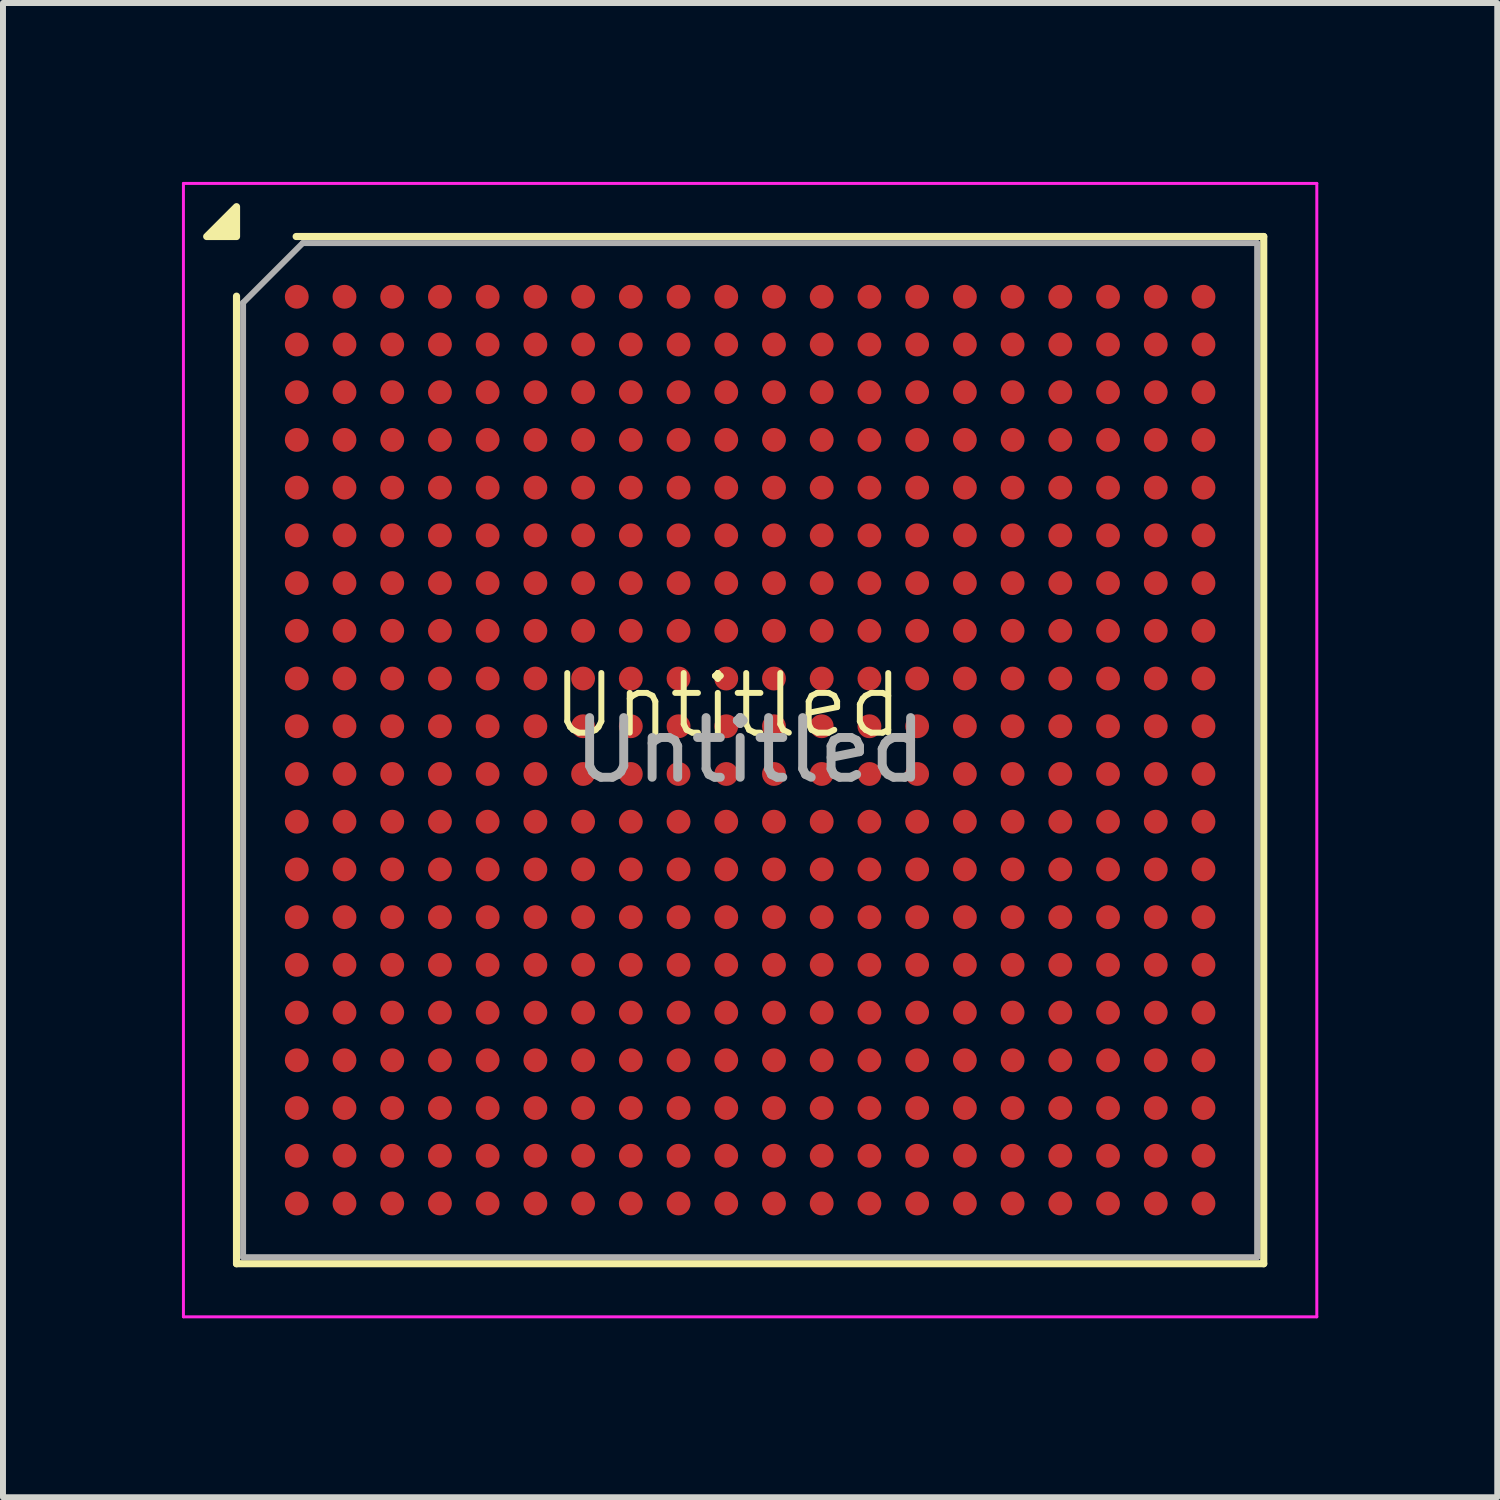
<source format=kicad_pcb>
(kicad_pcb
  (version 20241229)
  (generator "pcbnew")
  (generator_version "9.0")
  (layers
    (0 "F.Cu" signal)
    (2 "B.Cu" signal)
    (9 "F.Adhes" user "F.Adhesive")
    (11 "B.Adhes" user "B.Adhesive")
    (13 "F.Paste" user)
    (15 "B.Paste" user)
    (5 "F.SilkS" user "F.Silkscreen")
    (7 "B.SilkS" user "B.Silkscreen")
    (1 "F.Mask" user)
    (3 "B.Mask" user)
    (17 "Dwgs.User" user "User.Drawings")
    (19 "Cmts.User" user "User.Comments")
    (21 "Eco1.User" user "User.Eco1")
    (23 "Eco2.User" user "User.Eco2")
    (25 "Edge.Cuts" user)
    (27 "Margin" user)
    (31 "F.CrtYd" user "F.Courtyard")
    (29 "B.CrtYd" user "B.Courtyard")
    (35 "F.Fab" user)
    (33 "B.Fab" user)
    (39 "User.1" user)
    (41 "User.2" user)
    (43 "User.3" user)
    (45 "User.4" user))
  (footprint "Untitled"
    (layer "F.Cu")
    (at 9.15 9.275)
    (property "Reference" "Untitled" (at 0 -0.5 0) (unlocked yes) (layer "F.SilkS") (effects (font (size 1 1) (thickness 0.1))))
    (attr smd)
    (fp_line (start -8.235 8.86) (end -8.235 -7.36) (stroke (width 0.12) (type solid)) (layer "F.SilkS"))
    (fp_line (start -7.235 -8.36) (end 8.985 -8.36) (stroke (width 0.12) (type solid)) (layer "F.SilkS"))
    (fp_line (start 8.985 -8.36) (end 8.985 8.86) (stroke (width 0.12) (type solid)) (layer "F.SilkS"))
    (fp_line (start 8.985 8.86) (end -8.235 8.86) (stroke (width 0.12) (type solid)) (layer "F.SilkS"))
    (fp_poly (pts (xy -8.235 -8.36) (xy -8.735 -8.36) (xy -8.235 -8.86)) (stroke (width 0.12) (type solid)) (fill yes) (layer "F.SilkS"))
    (fp_line (start -9.125 -9.25) (end -9.125 9.75) (stroke (width 0.05) (type solid)) (layer "F.CrtYd"))
    (fp_line (start -9.125 9.75) (end 9.875 9.75) (stroke (width 0.05) (type solid)) (layer "F.CrtYd"))
    (fp_line (start 9.875 -9.25) (end -9.125 -9.25) (stroke (width 0.05) (type solid)) (layer "F.CrtYd"))
    (fp_line (start 9.875 9.75) (end 9.875 -9.25) (stroke (width 0.05) (type solid)) (layer "F.CrtYd"))
    (fp_line (start -8.125 -7.25) (end -7.125 -8.25) (stroke (width 0.1) (type solid)) (layer "F.Fab"))
    (fp_line (start -8.125 8.75) (end -8.125 -7.25) (stroke (width 0.1) (type solid)) (layer "F.Fab"))
    (fp_line (start -7.125 -8.25) (end 8.875 -8.25) (stroke (width 0.1) (type solid)) (layer "F.Fab"))
    (fp_line (start 8.875 -8.25) (end 8.875 8.75) (stroke (width 0.1) (type solid)) (layer "F.Fab"))
    (fp_line (start 8.875 8.75) (end -8.125 8.75) (stroke (width 0.1) (type solid)) (layer "F.Fab"))
    (fp_text user "${REFERENCE}" (at 0.375 0.25 0) (layer "F.Fab") (effects (font (size 1 1) (thickness 0.15))))
    (pad "A1" smd circle (at -7.225 -7.35) (size 0.4 0.4) (property pad_prop_bga) (layers "F.Cu" "F.Mask" "F.Paste"))
    (pad "A2" smd circle (at -6.425 -7.35) (size 0.4 0.4) (property pad_prop_bga) (layers "F.Cu" "F.Mask" "F.Paste"))
    (pad "A3" smd circle (at -5.625 -7.35) (size 0.4 0.4) (property pad_prop_bga) (layers "F.Cu" "F.Mask" "F.Paste"))
    (pad "A4" smd circle (at -4.825 -7.35) (size 0.4 0.4) (property pad_prop_bga) (layers "F.Cu" "F.Mask" "F.Paste"))
    (pad "A5" smd circle (at -4.025 -7.35) (size 0.4 0.4) (property pad_prop_bga) (layers "F.Cu" "F.Mask" "F.Paste"))
    (pad "A6" smd circle (at -3.225 -7.35) (size 0.4 0.4) (property pad_prop_bga) (layers "F.Cu" "F.Mask" "F.Paste"))
    (pad "A7" smd circle (at -2.425 -7.35) (size 0.4 0.4) (property pad_prop_bga) (layers "F.Cu" "F.Mask" "F.Paste"))
    (pad "A8" smd circle (at -1.625 -7.35) (size 0.4 0.4) (property pad_prop_bga) (layers "F.Cu" "F.Mask" "F.Paste"))
    (pad "A9" smd circle (at -0.825 -7.35) (size 0.4 0.4) (property pad_prop_bga) (layers "F.Cu" "F.Mask" "F.Paste"))
    (pad "A10" smd circle (at -0.025 -7.35) (size 0.4 0.4) (property pad_prop_bga) (layers "F.Cu" "F.Mask" "F.Paste"))
    (pad "A11" smd circle (at 0.775 -7.35) (size 0.4 0.4) (property pad_prop_bga) (layers "F.Cu" "F.Mask" "F.Paste"))
    (pad "A12" smd circle (at 1.575 -7.35) (size 0.4 0.4) (property pad_prop_bga) (layers "F.Cu" "F.Mask" "F.Paste"))
    (pad "A13" smd circle (at 2.375 -7.35) (size 0.4 0.4) (property pad_prop_bga) (layers "F.Cu" "F.Mask" "F.Paste"))
    (pad "A14" smd circle (at 3.175 -7.35) (size 0.4 0.4) (property pad_prop_bga) (layers "F.Cu" "F.Mask" "F.Paste"))
    (pad "A15" smd circle (at 3.975 -7.35) (size 0.4 0.4) (property pad_prop_bga) (layers "F.Cu" "F.Mask" "F.Paste"))
    (pad "A16" smd circle (at 4.775 -7.35) (size 0.4 0.4) (property pad_prop_bga) (layers "F.Cu" "F.Mask" "F.Paste"))
    (pad "A17" smd circle (at 5.575 -7.35) (size 0.4 0.4) (property pad_prop_bga) (layers "F.Cu" "F.Mask" "F.Paste"))
    (pad "A18" smd circle (at 6.375 -7.35) (size 0.4 0.4) (property pad_prop_bga) (layers "F.Cu" "F.Mask" "F.Paste"))
    (pad "A19" smd circle (at 7.175 -7.35) (size 0.4 0.4) (property pad_prop_bga) (layers "F.Cu" "F.Mask" "F.Paste"))
    (pad "A20" smd circle (at 7.975 -7.35) (size 0.4 0.4) (property pad_prop_bga) (layers "F.Cu" "F.Mask" "F.Paste"))
    (pad "B1" smd circle (at -7.225 -6.55) (size 0.4 0.4) (property pad_prop_bga) (layers "F.Cu" "F.Mask" "F.Paste"))
    (pad "B2" smd circle (at -6.425 -6.55) (size 0.4 0.4) (property pad_prop_bga) (layers "F.Cu" "F.Mask" "F.Paste"))
    (pad "B3" smd circle (at -5.625 -6.55) (size 0.4 0.4) (property pad_prop_bga) (layers "F.Cu" "F.Mask" "F.Paste"))
    (pad "B4" smd circle (at -4.825 -6.55) (size 0.4 0.4) (property pad_prop_bga) (layers "F.Cu" "F.Mask" "F.Paste"))
    (pad "B5" smd circle (at -4.025 -6.55) (size 0.4 0.4) (property pad_prop_bga) (layers "F.Cu" "F.Mask" "F.Paste"))
    (pad "B6" smd circle (at -3.225 -6.55) (size 0.4 0.4) (property pad_prop_bga) (layers "F.Cu" "F.Mask" "F.Paste"))
    (pad "B7" smd circle (at -2.425 -6.55) (size 0.4 0.4) (property pad_prop_bga) (layers "F.Cu" "F.Mask" "F.Paste"))
    (pad "B8" smd circle (at -1.625 -6.55) (size 0.4 0.4) (property pad_prop_bga) (layers "F.Cu" "F.Mask" "F.Paste"))
    (pad "B9" smd circle (at -0.825 -6.55) (size 0.4 0.4) (property pad_prop_bga) (layers "F.Cu" "F.Mask" "F.Paste"))
    (pad "B10" smd circle (at -0.025 -6.55) (size 0.4 0.4) (property pad_prop_bga) (layers "F.Cu" "F.Mask" "F.Paste"))
    (pad "B11" smd circle (at 0.775 -6.55) (size 0.4 0.4) (property pad_prop_bga) (layers "F.Cu" "F.Mask" "F.Paste"))
    (pad "B12" smd circle (at 1.575 -6.55) (size 0.4 0.4) (property pad_prop_bga) (layers "F.Cu" "F.Mask" "F.Paste"))
    (pad "B13" smd circle (at 2.375 -6.55) (size 0.4 0.4) (property pad_prop_bga) (layers "F.Cu" "F.Mask" "F.Paste"))
    (pad "B14" smd circle (at 3.175 -6.55) (size 0.4 0.4) (property pad_prop_bga) (layers "F.Cu" "F.Mask" "F.Paste"))
    (pad "B15" smd circle (at 3.975 -6.55) (size 0.4 0.4) (property pad_prop_bga) (layers "F.Cu" "F.Mask" "F.Paste"))
    (pad "B16" smd circle (at 4.775 -6.55) (size 0.4 0.4) (property pad_prop_bga) (layers "F.Cu" "F.Mask" "F.Paste"))
    (pad "B17" smd circle (at 5.575 -6.55) (size 0.4 0.4) (property pad_prop_bga) (layers "F.Cu" "F.Mask" "F.Paste"))
    (pad "B18" smd circle (at 6.375 -6.55) (size 0.4 0.4) (property pad_prop_bga) (layers "F.Cu" "F.Mask" "F.Paste"))
    (pad "B19" smd circle (at 7.175 -6.55) (size 0.4 0.4) (property pad_prop_bga) (layers "F.Cu" "F.Mask" "F.Paste"))
    (pad "B20" smd circle (at 7.975 -6.55) (size 0.4 0.4) (property pad_prop_bga) (layers "F.Cu" "F.Mask" "F.Paste"))
    (pad "C1" smd circle (at -7.225 -5.75) (size 0.4 0.4) (property pad_prop_bga) (layers "F.Cu" "F.Mask" "F.Paste"))
    (pad "C2" smd circle (at -6.425 -5.75) (size 0.4 0.4) (property pad_prop_bga) (layers "F.Cu" "F.Mask" "F.Paste"))
    (pad "C3" smd circle (at -5.625 -5.75) (size 0.4 0.4) (property pad_prop_bga) (layers "F.Cu" "F.Mask" "F.Paste"))
    (pad "C4" smd circle (at -4.825 -5.75) (size 0.4 0.4) (property pad_prop_bga) (layers "F.Cu" "F.Mask" "F.Paste"))
    (pad "C5" smd circle (at -4.025 -5.75) (size 0.4 0.4) (property pad_prop_bga) (layers "F.Cu" "F.Mask" "F.Paste"))
    (pad "C6" smd circle (at -3.225 -5.75) (size 0.4 0.4) (property pad_prop_bga) (layers "F.Cu" "F.Mask" "F.Paste"))
    (pad "C7" smd circle (at -2.425 -5.75) (size 0.4 0.4) (property pad_prop_bga) (layers "F.Cu" "F.Mask" "F.Paste"))
    (pad "C8" smd circle (at -1.625 -5.75) (size 0.4 0.4) (property pad_prop_bga) (layers "F.Cu" "F.Mask" "F.Paste"))
    (pad "C9" smd circle (at -0.825 -5.75) (size 0.4 0.4) (property pad_prop_bga) (layers "F.Cu" "F.Mask" "F.Paste"))
    (pad "C10" smd circle (at -0.025 -5.75) (size 0.4 0.4) (property pad_prop_bga) (layers "F.Cu" "F.Mask" "F.Paste"))
    (pad "C11" smd circle (at 0.775 -5.75) (size 0.4 0.4) (property pad_prop_bga) (layers "F.Cu" "F.Mask" "F.Paste"))
    (pad "C12" smd circle (at 1.575 -5.75) (size 0.4 0.4) (property pad_prop_bga) (layers "F.Cu" "F.Mask" "F.Paste"))
    (pad "C13" smd circle (at 2.375 -5.75) (size 0.4 0.4) (property pad_prop_bga) (layers "F.Cu" "F.Mask" "F.Paste"))
    (pad "C14" smd circle (at 3.175 -5.75) (size 0.4 0.4) (property pad_prop_bga) (layers "F.Cu" "F.Mask" "F.Paste"))
    (pad "C15" smd circle (at 3.975 -5.75) (size 0.4 0.4) (property pad_prop_bga) (layers "F.Cu" "F.Mask" "F.Paste"))
    (pad "C16" smd circle (at 4.775 -5.75) (size 0.4 0.4) (property pad_prop_bga) (layers "F.Cu" "F.Mask" "F.Paste"))
    (pad "C17" smd circle (at 5.575 -5.75) (size 0.4 0.4) (property pad_prop_bga) (layers "F.Cu" "F.Mask" "F.Paste"))
    (pad "C18" smd circle (at 6.375 -5.75) (size 0.4 0.4) (property pad_prop_bga) (layers "F.Cu" "F.Mask" "F.Paste"))
    (pad "C19" smd circle (at 7.175 -5.75) (size 0.4 0.4) (property pad_prop_bga) (layers "F.Cu" "F.Mask" "F.Paste"))
    (pad "C20" smd circle (at 7.975 -5.75) (size 0.4 0.4) (property pad_prop_bga) (layers "F.Cu" "F.Mask" "F.Paste"))
    (pad "D1" smd circle (at -7.225 -4.95) (size 0.4 0.4) (property pad_prop_bga) (layers "F.Cu" "F.Mask" "F.Paste"))
    (pad "D2" smd circle (at -6.425 -4.95) (size 0.4 0.4) (property pad_prop_bga) (layers "F.Cu" "F.Mask" "F.Paste"))
    (pad "D3" smd circle (at -5.625 -4.95) (size 0.4 0.4) (property pad_prop_bga) (layers "F.Cu" "F.Mask" "F.Paste"))
    (pad "D4" smd circle (at -4.825 -4.95) (size 0.4 0.4) (property pad_prop_bga) (layers "F.Cu" "F.Mask" "F.Paste"))
    (pad "D5" smd circle (at -4.025 -4.95) (size 0.4 0.4) (property pad_prop_bga) (layers "F.Cu" "F.Mask" "F.Paste"))
    (pad "D6" smd circle (at -3.225 -4.95) (size 0.4 0.4) (property pad_prop_bga) (layers "F.Cu" "F.Mask" "F.Paste"))
    (pad "D7" smd circle (at -2.425 -4.95) (size 0.4 0.4) (property pad_prop_bga) (layers "F.Cu" "F.Mask" "F.Paste"))
    (pad "D8" smd circle (at -1.625 -4.95) (size 0.4 0.4) (property pad_prop_bga) (layers "F.Cu" "F.Mask" "F.Paste"))
    (pad "D9" smd circle (at -0.825 -4.95) (size 0.4 0.4) (property pad_prop_bga) (layers "F.Cu" "F.Mask" "F.Paste"))
    (pad "D10" smd circle (at -0.025 -4.95) (size 0.4 0.4) (property pad_prop_bga) (layers "F.Cu" "F.Mask" "F.Paste"))
    (pad "D11" smd circle (at 0.775 -4.95) (size 0.4 0.4) (property pad_prop_bga) (layers "F.Cu" "F.Mask" "F.Paste"))
    (pad "D12" smd circle (at 1.575 -4.95) (size 0.4 0.4) (property pad_prop_bga) (layers "F.Cu" "F.Mask" "F.Paste"))
    (pad "D13" smd circle (at 2.375 -4.95) (size 0.4 0.4) (property pad_prop_bga) (layers "F.Cu" "F.Mask" "F.Paste"))
    (pad "D14" smd circle (at 3.175 -4.95) (size 0.4 0.4) (property pad_prop_bga) (layers "F.Cu" "F.Mask" "F.Paste"))
    (pad "D15" smd circle (at 3.975 -4.95) (size 0.4 0.4) (property pad_prop_bga) (layers "F.Cu" "F.Mask" "F.Paste"))
    (pad "D16" smd circle (at 4.775 -4.95) (size 0.4 0.4) (property pad_prop_bga) (layers "F.Cu" "F.Mask" "F.Paste"))
    (pad "D17" smd circle (at 5.575 -4.95) (size 0.4 0.4) (property pad_prop_bga) (layers "F.Cu" "F.Mask" "F.Paste"))
    (pad "D18" smd circle (at 6.375 -4.95) (size 0.4 0.4) (property pad_prop_bga) (layers "F.Cu" "F.Mask" "F.Paste"))
    (pad "D19" smd circle (at 7.175 -4.95) (size 0.4 0.4) (property pad_prop_bga) (layers "F.Cu" "F.Mask" "F.Paste"))
    (pad "D20" smd circle (at 7.975 -4.95) (size 0.4 0.4) (property pad_prop_bga) (layers "F.Cu" "F.Mask" "F.Paste"))
    (pad "E1" smd circle (at -7.225 -4.15) (size 0.4 0.4) (property pad_prop_bga) (layers "F.Cu" "F.Mask" "F.Paste"))
    (pad "E2" smd circle (at -6.425 -4.15) (size 0.4 0.4) (property pad_prop_bga) (layers "F.Cu" "F.Mask" "F.Paste"))
    (pad "E3" smd circle (at -5.625 -4.15) (size 0.4 0.4) (property pad_prop_bga) (layers "F.Cu" "F.Mask" "F.Paste"))
    (pad "E4" smd circle (at -4.825 -4.15) (size 0.4 0.4) (property pad_prop_bga) (layers "F.Cu" "F.Mask" "F.Paste"))
    (pad "E5" smd circle (at -4.025 -4.15) (size 0.4 0.4) (property pad_prop_bga) (layers "F.Cu" "F.Mask" "F.Paste"))
    (pad "E6" smd circle (at -3.225 -4.15) (size 0.4 0.4) (property pad_prop_bga) (layers "F.Cu" "F.Mask" "F.Paste"))
    (pad "E7" smd circle (at -2.425 -4.15) (size 0.4 0.4) (property pad_prop_bga) (layers "F.Cu" "F.Mask" "F.Paste"))
    (pad "E8" smd circle (at -1.625 -4.15) (size 0.4 0.4) (property pad_prop_bga) (layers "F.Cu" "F.Mask" "F.Paste"))
    (pad "E9" smd circle (at -0.825 -4.15) (size 0.4 0.4) (property pad_prop_bga) (layers "F.Cu" "F.Mask" "F.Paste"))
    (pad "E10" smd circle (at -0.025 -4.15) (size 0.4 0.4) (property pad_prop_bga) (layers "F.Cu" "F.Mask" "F.Paste"))
    (pad "E11" smd circle (at 0.775 -4.15) (size 0.4 0.4) (property pad_prop_bga) (layers "F.Cu" "F.Mask" "F.Paste"))
    (pad "E12" smd circle (at 1.575 -4.15) (size 0.4 0.4) (property pad_prop_bga) (layers "F.Cu" "F.Mask" "F.Paste"))
    (pad "E13" smd circle (at 2.375 -4.15) (size 0.4 0.4) (property pad_prop_bga) (layers "F.Cu" "F.Mask" "F.Paste"))
    (pad "E14" smd circle (at 3.175 -4.15) (size 0.4 0.4) (property pad_prop_bga) (layers "F.Cu" "F.Mask" "F.Paste"))
    (pad "E15" smd circle (at 3.975 -4.15) (size 0.4 0.4) (property pad_prop_bga) (layers "F.Cu" "F.Mask" "F.Paste"))
    (pad "E16" smd circle (at 4.775 -4.15) (size 0.4 0.4) (property pad_prop_bga) (layers "F.Cu" "F.Mask" "F.Paste"))
    (pad "E17" smd circle (at 5.575 -4.15) (size 0.4 0.4) (property pad_prop_bga) (layers "F.Cu" "F.Mask" "F.Paste"))
    (pad "E18" smd circle (at 6.375 -4.15) (size 0.4 0.4) (property pad_prop_bga) (layers "F.Cu" "F.Mask" "F.Paste"))
    (pad "E19" smd circle (at 7.175 -4.15) (size 0.4 0.4) (property pad_prop_bga) (layers "F.Cu" "F.Mask" "F.Paste"))
    (pad "E20" smd circle (at 7.975 -4.15) (size 0.4 0.4) (property pad_prop_bga) (layers "F.Cu" "F.Mask" "F.Paste"))
    (pad "F1" smd circle (at -7.225 -3.35) (size 0.4 0.4) (property pad_prop_bga) (layers "F.Cu" "F.Mask" "F.Paste"))
    (pad "F2" smd circle (at -6.425 -3.35) (size 0.4 0.4) (property pad_prop_bga) (layers "F.Cu" "F.Mask" "F.Paste"))
    (pad "F3" smd circle (at -5.625 -3.35) (size 0.4 0.4) (property pad_prop_bga) (layers "F.Cu" "F.Mask" "F.Paste"))
    (pad "F4" smd circle (at -4.825 -3.35) (size 0.4 0.4) (property pad_prop_bga) (layers "F.Cu" "F.Mask" "F.Paste"))
    (pad "F5" smd circle (at -4.025 -3.35) (size 0.4 0.4) (property pad_prop_bga) (layers "F.Cu" "F.Mask" "F.Paste"))
    (pad "F6" smd circle (at -3.225 -3.35) (size 0.4 0.4) (property pad_prop_bga) (layers "F.Cu" "F.Mask" "F.Paste"))
    (pad "F7" smd circle (at -2.425 -3.35) (size 0.4 0.4) (property pad_prop_bga) (layers "F.Cu" "F.Mask" "F.Paste"))
    (pad "F8" smd circle (at -1.625 -3.35) (size 0.4 0.4) (property pad_prop_bga) (layers "F.Cu" "F.Mask" "F.Paste"))
    (pad "F9" smd circle (at -0.825 -3.35) (size 0.4 0.4) (property pad_prop_bga) (layers "F.Cu" "F.Mask" "F.Paste"))
    (pad "F10" smd circle (at -0.025 -3.35) (size 0.4 0.4) (property pad_prop_bga) (layers "F.Cu" "F.Mask" "F.Paste"))
    (pad "F11" smd circle (at 0.775 -3.35) (size 0.4 0.4) (property pad_prop_bga) (layers "F.Cu" "F.Mask" "F.Paste"))
    (pad "F12" smd circle (at 1.575 -3.35) (size 0.4 0.4) (property pad_prop_bga) (layers "F.Cu" "F.Mask" "F.Paste"))
    (pad "F13" smd circle (at 2.375 -3.35) (size 0.4 0.4) (property pad_prop_bga) (layers "F.Cu" "F.Mask" "F.Paste"))
    (pad "F14" smd circle (at 3.175 -3.35) (size 0.4 0.4) (property pad_prop_bga) (layers "F.Cu" "F.Mask" "F.Paste"))
    (pad "F15" smd circle (at 3.975 -3.35) (size 0.4 0.4) (property pad_prop_bga) (layers "F.Cu" "F.Mask" "F.Paste"))
    (pad "F16" smd circle (at 4.775 -3.35) (size 0.4 0.4) (property pad_prop_bga) (layers "F.Cu" "F.Mask" "F.Paste"))
    (pad "F17" smd circle (at 5.575 -3.35) (size 0.4 0.4) (property pad_prop_bga) (layers "F.Cu" "F.Mask" "F.Paste"))
    (pad "F18" smd circle (at 6.375 -3.35) (size 0.4 0.4) (property pad_prop_bga) (layers "F.Cu" "F.Mask" "F.Paste"))
    (pad "F19" smd circle (at 7.175 -3.35) (size 0.4 0.4) (property pad_prop_bga) (layers "F.Cu" "F.Mask" "F.Paste"))
    (pad "F20" smd circle (at 7.975 -3.35) (size 0.4 0.4) (property pad_prop_bga) (layers "F.Cu" "F.Mask" "F.Paste"))
    (pad "G1" smd circle (at -7.225 -2.55) (size 0.4 0.4) (property pad_prop_bga) (layers "F.Cu" "F.Mask" "F.Paste"))
    (pad "G2" smd circle (at -6.425 -2.55) (size 0.4 0.4) (property pad_prop_bga) (layers "F.Cu" "F.Mask" "F.Paste"))
    (pad "G3" smd circle (at -5.625 -2.55) (size 0.4 0.4) (property pad_prop_bga) (layers "F.Cu" "F.Mask" "F.Paste"))
    (pad "G4" smd circle (at -4.825 -2.55) (size 0.4 0.4) (property pad_prop_bga) (layers "F.Cu" "F.Mask" "F.Paste"))
    (pad "G5" smd circle (at -4.025 -2.55) (size 0.4 0.4) (property pad_prop_bga) (layers "F.Cu" "F.Mask" "F.Paste"))
    (pad "G6" smd circle (at -3.225 -2.55) (size 0.4 0.4) (property pad_prop_bga) (layers "F.Cu" "F.Mask" "F.Paste"))
    (pad "G7" smd circle (at -2.425 -2.55) (size 0.4 0.4) (property pad_prop_bga) (layers "F.Cu" "F.Mask" "F.Paste"))
    (pad "G8" smd circle (at -1.625 -2.55) (size 0.4 0.4) (property pad_prop_bga) (layers "F.Cu" "F.Mask" "F.Paste"))
    (pad "G9" smd circle (at -0.825 -2.55) (size 0.4 0.4) (property pad_prop_bga) (layers "F.Cu" "F.Mask" "F.Paste"))
    (pad "G10" smd circle (at -0.025 -2.55) (size 0.4 0.4) (property pad_prop_bga) (layers "F.Cu" "F.Mask" "F.Paste"))
    (pad "G11" smd circle (at 0.775 -2.55) (size 0.4 0.4) (property pad_prop_bga) (layers "F.Cu" "F.Mask" "F.Paste"))
    (pad "G12" smd circle (at 1.575 -2.55) (size 0.4 0.4) (property pad_prop_bga) (layers "F.Cu" "F.Mask" "F.Paste"))
    (pad "G13" smd circle (at 2.375 -2.55) (size 0.4 0.4) (property pad_prop_bga) (layers "F.Cu" "F.Mask" "F.Paste"))
    (pad "G14" smd circle (at 3.175 -2.55) (size 0.4 0.4) (property pad_prop_bga) (layers "F.Cu" "F.Mask" "F.Paste"))
    (pad "G15" smd circle (at 3.975 -2.55) (size 0.4 0.4) (property pad_prop_bga) (layers "F.Cu" "F.Mask" "F.Paste"))
    (pad "G16" smd circle (at 4.775 -2.55) (size 0.4 0.4) (property pad_prop_bga) (layers "F.Cu" "F.Mask" "F.Paste"))
    (pad "G17" smd circle (at 5.575 -2.55) (size 0.4 0.4) (property pad_prop_bga) (layers "F.Cu" "F.Mask" "F.Paste"))
    (pad "G18" smd circle (at 6.375 -2.55) (size 0.4 0.4) (property pad_prop_bga) (layers "F.Cu" "F.Mask" "F.Paste"))
    (pad "G19" smd circle (at 7.175 -2.55) (size 0.4 0.4) (property pad_prop_bga) (layers "F.Cu" "F.Mask" "F.Paste"))
    (pad "G20" smd circle (at 7.975 -2.55) (size 0.4 0.4) (property pad_prop_bga) (layers "F.Cu" "F.Mask" "F.Paste"))
    (pad "H1" smd circle (at -7.225 -1.75) (size 0.4 0.4) (property pad_prop_bga) (layers "F.Cu" "F.Mask" "F.Paste"))
    (pad "H2" smd circle (at -6.425 -1.75) (size 0.4 0.4) (property pad_prop_bga) (layers "F.Cu" "F.Mask" "F.Paste"))
    (pad "H3" smd circle (at -5.625 -1.75) (size 0.4 0.4) (property pad_prop_bga) (layers "F.Cu" "F.Mask" "F.Paste"))
    (pad "H4" smd circle (at -4.825 -1.75) (size 0.4 0.4) (property pad_prop_bga) (layers "F.Cu" "F.Mask" "F.Paste"))
    (pad "H5" smd circle (at -4.025 -1.75) (size 0.4 0.4) (property pad_prop_bga) (layers "F.Cu" "F.Mask" "F.Paste"))
    (pad "H6" smd circle (at -3.225 -1.75) (size 0.4 0.4) (property pad_prop_bga) (layers "F.Cu" "F.Mask" "F.Paste"))
    (pad "H7" smd circle (at -2.425 -1.75) (size 0.4 0.4) (property pad_prop_bga) (layers "F.Cu" "F.Mask" "F.Paste"))
    (pad "H8" smd circle (at -1.625 -1.75) (size 0.4 0.4) (property pad_prop_bga) (layers "F.Cu" "F.Mask" "F.Paste"))
    (pad "H9" smd circle (at -0.825 -1.75) (size 0.4 0.4) (property pad_prop_bga) (layers "F.Cu" "F.Mask" "F.Paste"))
    (pad "H10" smd circle (at -0.025 -1.75) (size 0.4 0.4) (property pad_prop_bga) (layers "F.Cu" "F.Mask" "F.Paste"))
    (pad "H11" smd circle (at 0.775 -1.75) (size 0.4 0.4) (property pad_prop_bga) (layers "F.Cu" "F.Mask" "F.Paste"))
    (pad "H12" smd circle (at 1.575 -1.75) (size 0.4 0.4) (property pad_prop_bga) (layers "F.Cu" "F.Mask" "F.Paste"))
    (pad "H13" smd circle (at 2.375 -1.75) (size 0.4 0.4) (property pad_prop_bga) (layers "F.Cu" "F.Mask" "F.Paste"))
    (pad "H14" smd circle (at 3.175 -1.75) (size 0.4 0.4) (property pad_prop_bga) (layers "F.Cu" "F.Mask" "F.Paste"))
    (pad "H15" smd circle (at 3.975 -1.75) (size 0.4 0.4) (property pad_prop_bga) (layers "F.Cu" "F.Mask" "F.Paste"))
    (pad "H16" smd circle (at 4.775 -1.75) (size 0.4 0.4) (property pad_prop_bga) (layers "F.Cu" "F.Mask" "F.Paste"))
    (pad "H17" smd circle (at 5.575 -1.75) (size 0.4 0.4) (property pad_prop_bga) (layers "F.Cu" "F.Mask" "F.Paste"))
    (pad "H18" smd circle (at 6.375 -1.75) (size 0.4 0.4) (property pad_prop_bga) (layers "F.Cu" "F.Mask" "F.Paste"))
    (pad "H19" smd circle (at 7.175 -1.75) (size 0.4 0.4) (property pad_prop_bga) (layers "F.Cu" "F.Mask" "F.Paste"))
    (pad "H20" smd circle (at 7.975 -1.75) (size 0.4 0.4) (property pad_prop_bga) (layers "F.Cu" "F.Mask" "F.Paste"))
    (pad "J1" smd circle (at -7.225 -0.95) (size 0.4 0.4) (property pad_prop_bga) (layers "F.Cu" "F.Mask" "F.Paste"))
    (pad "J2" smd circle (at -6.425 -0.95) (size 0.4 0.4) (property pad_prop_bga) (layers "F.Cu" "F.Mask" "F.Paste"))
    (pad "J3" smd circle (at -5.625 -0.95) (size 0.4 0.4) (property pad_prop_bga) (layers "F.Cu" "F.Mask" "F.Paste"))
    (pad "J4" smd circle (at -4.825 -0.95) (size 0.4 0.4) (property pad_prop_bga) (layers "F.Cu" "F.Mask" "F.Paste"))
    (pad "J5" smd circle (at -4.025 -0.95) (size 0.4 0.4) (property pad_prop_bga) (layers "F.Cu" "F.Mask" "F.Paste"))
    (pad "J6" smd circle (at -3.225 -0.95) (size 0.4 0.4) (property pad_prop_bga) (layers "F.Cu" "F.Mask" "F.Paste"))
    (pad "J7" smd circle (at -2.425 -0.95) (size 0.4 0.4) (property pad_prop_bga) (layers "F.Cu" "F.Mask" "F.Paste"))
    (pad "J8" smd circle (at -1.625 -0.95) (size 0.4 0.4) (property pad_prop_bga) (layers "F.Cu" "F.Mask" "F.Paste"))
    (pad "J9" smd circle (at -0.825 -0.95) (size 0.4 0.4) (property pad_prop_bga) (layers "F.Cu" "F.Mask" "F.Paste"))
    (pad "J10" smd circle (at -0.025 -0.95) (size 0.4 0.4) (property pad_prop_bga) (layers "F.Cu" "F.Mask" "F.Paste"))
    (pad "J11" smd circle (at 0.775 -0.95) (size 0.4 0.4) (property pad_prop_bga) (layers "F.Cu" "F.Mask" "F.Paste"))
    (pad "J12" smd circle (at 1.575 -0.95) (size 0.4 0.4) (property pad_prop_bga) (layers "F.Cu" "F.Mask" "F.Paste"))
    (pad "J13" smd circle (at 2.375 -0.95) (size 0.4 0.4) (property pad_prop_bga) (layers "F.Cu" "F.Mask" "F.Paste"))
    (pad "J14" smd circle (at 3.175 -0.95) (size 0.4 0.4) (property pad_prop_bga) (layers "F.Cu" "F.Mask" "F.Paste"))
    (pad "J15" smd circle (at 3.975 -0.95) (size 0.4 0.4) (property pad_prop_bga) (layers "F.Cu" "F.Mask" "F.Paste"))
    (pad "J16" smd circle (at 4.775 -0.95) (size 0.4 0.4) (property pad_prop_bga) (layers "F.Cu" "F.Mask" "F.Paste"))
    (pad "J17" smd circle (at 5.575 -0.95) (size 0.4 0.4) (property pad_prop_bga) (layers "F.Cu" "F.Mask" "F.Paste"))
    (pad "J18" smd circle (at 6.375 -0.95) (size 0.4 0.4) (property pad_prop_bga) (layers "F.Cu" "F.Mask" "F.Paste"))
    (pad "J19" smd circle (at 7.175 -0.95) (size 0.4 0.4) (property pad_prop_bga) (layers "F.Cu" "F.Mask" "F.Paste"))
    (pad "J20" smd circle (at 7.975 -0.95) (size 0.4 0.4) (property pad_prop_bga) (layers "F.Cu" "F.Mask" "F.Paste"))
    (pad "K1" smd circle (at -7.225 -0.15) (size 0.4 0.4) (property pad_prop_bga) (layers "F.Cu" "F.Mask" "F.Paste"))
    (pad "K2" smd circle (at -6.425 -0.15) (size 0.4 0.4) (property pad_prop_bga) (layers "F.Cu" "F.Mask" "F.Paste"))
    (pad "K3" smd circle (at -5.625 -0.15) (size 0.4 0.4) (property pad_prop_bga) (layers "F.Cu" "F.Mask" "F.Paste"))
    (pad "K4" smd circle (at -4.825 -0.15) (size 0.4 0.4) (property pad_prop_bga) (layers "F.Cu" "F.Mask" "F.Paste"))
    (pad "K5" smd circle (at -4.025 -0.15) (size 0.4 0.4) (property pad_prop_bga) (layers "F.Cu" "F.Mask" "F.Paste"))
    (pad "K6" smd circle (at -3.225 -0.15) (size 0.4 0.4) (property pad_prop_bga) (layers "F.Cu" "F.Mask" "F.Paste"))
    (pad "K7" smd circle (at -2.425 -0.15) (size 0.4 0.4) (property pad_prop_bga) (layers "F.Cu" "F.Mask" "F.Paste"))
    (pad "K8" smd circle (at -1.625 -0.15) (size 0.4 0.4) (property pad_prop_bga) (layers "F.Cu" "F.Mask" "F.Paste"))
    (pad "K9" smd circle (at -0.825 -0.15) (size 0.4 0.4) (property pad_prop_bga) (layers "F.Cu" "F.Mask" "F.Paste"))
    (pad "K10" smd circle (at -0.025 -0.15) (size 0.4 0.4) (property pad_prop_bga) (layers "F.Cu" "F.Mask" "F.Paste"))
    (pad "K11" smd circle (at 0.775 -0.15) (size 0.4 0.4) (property pad_prop_bga) (layers "F.Cu" "F.Mask" "F.Paste"))
    (pad "K12" smd circle (at 1.575 -0.15) (size 0.4 0.4) (property pad_prop_bga) (layers "F.Cu" "F.Mask" "F.Paste"))
    (pad "K13" smd circle (at 2.375 -0.15) (size 0.4 0.4) (property pad_prop_bga) (layers "F.Cu" "F.Mask" "F.Paste"))
    (pad "K14" smd circle (at 3.175 -0.15) (size 0.4 0.4) (property pad_prop_bga) (layers "F.Cu" "F.Mask" "F.Paste"))
    (pad "K15" smd circle (at 3.975 -0.15) (size 0.4 0.4) (property pad_prop_bga) (layers "F.Cu" "F.Mask" "F.Paste"))
    (pad "K16" smd circle (at 4.775 -0.15) (size 0.4 0.4) (property pad_prop_bga) (layers "F.Cu" "F.Mask" "F.Paste"))
    (pad "K17" smd circle (at 5.575 -0.15) (size 0.4 0.4) (property pad_prop_bga) (layers "F.Cu" "F.Mask" "F.Paste"))
    (pad "K18" smd circle (at 6.375 -0.15) (size 0.4 0.4) (property pad_prop_bga) (layers "F.Cu" "F.Mask" "F.Paste"))
    (pad "K19" smd circle (at 7.175 -0.15) (size 0.4 0.4) (property pad_prop_bga) (layers "F.Cu" "F.Mask" "F.Paste"))
    (pad "K20" smd circle (at 7.975 -0.15) (size 0.4 0.4) (property pad_prop_bga) (layers "F.Cu" "F.Mask" "F.Paste"))
    (pad "L1" smd circle (at -7.225 0.65) (size 0.4 0.4) (property pad_prop_bga) (layers "F.Cu" "F.Mask" "F.Paste"))
    (pad "L2" smd circle (at -6.425 0.65) (size 0.4 0.4) (property pad_prop_bga) (layers "F.Cu" "F.Mask" "F.Paste"))
    (pad "L3" smd circle (at -5.625 0.65) (size 0.4 0.4) (property pad_prop_bga) (layers "F.Cu" "F.Mask" "F.Paste"))
    (pad "L4" smd circle (at -4.825 0.65) (size 0.4 0.4) (property pad_prop_bga) (layers "F.Cu" "F.Mask" "F.Paste"))
    (pad "L5" smd circle (at -4.025 0.65) (size 0.4 0.4) (property pad_prop_bga) (layers "F.Cu" "F.Mask" "F.Paste"))
    (pad "L6" smd circle (at -3.225 0.65) (size 0.4 0.4) (property pad_prop_bga) (layers "F.Cu" "F.Mask" "F.Paste"))
    (pad "L7" smd circle (at -2.425 0.65) (size 0.4 0.4) (property pad_prop_bga) (layers "F.Cu" "F.Mask" "F.Paste"))
    (pad "L8" smd circle (at -1.625 0.65) (size 0.4 0.4) (property pad_prop_bga) (layers "F.Cu" "F.Mask" "F.Paste"))
    (pad "L9" smd circle (at -0.825 0.65) (size 0.4 0.4) (property pad_prop_bga) (layers "F.Cu" "F.Mask" "F.Paste"))
    (pad "L10" smd circle (at -0.025 0.65) (size 0.4 0.4) (property pad_prop_bga) (layers "F.Cu" "F.Mask" "F.Paste"))
    (pad "L11" smd circle (at 0.775 0.65) (size 0.4 0.4) (property pad_prop_bga) (layers "F.Cu" "F.Mask" "F.Paste"))
    (pad "L12" smd circle (at 1.575 0.65) (size 0.4 0.4) (property pad_prop_bga) (layers "F.Cu" "F.Mask" "F.Paste"))
    (pad "L13" smd circle (at 2.375 0.65) (size 0.4 0.4) (property pad_prop_bga) (layers "F.Cu" "F.Mask" "F.Paste"))
    (pad "L14" smd circle (at 3.175 0.65) (size 0.4 0.4) (property pad_prop_bga) (layers "F.Cu" "F.Mask" "F.Paste"))
    (pad "L15" smd circle (at 3.975 0.65) (size 0.4 0.4) (property pad_prop_bga) (layers "F.Cu" "F.Mask" "F.Paste"))
    (pad "L16" smd circle (at 4.775 0.65) (size 0.4 0.4) (property pad_prop_bga) (layers "F.Cu" "F.Mask" "F.Paste"))
    (pad "L17" smd circle (at 5.575 0.65) (size 0.4 0.4) (property pad_prop_bga) (layers "F.Cu" "F.Mask" "F.Paste"))
    (pad "L18" smd circle (at 6.375 0.65) (size 0.4 0.4) (property pad_prop_bga) (layers "F.Cu" "F.Mask" "F.Paste"))
    (pad "L19" smd circle (at 7.175 0.65) (size 0.4 0.4) (property pad_prop_bga) (layers "F.Cu" "F.Mask" "F.Paste"))
    (pad "L20" smd circle (at 7.975 0.65) (size 0.4 0.4) (property pad_prop_bga) (layers "F.Cu" "F.Mask" "F.Paste"))
    (pad "M1" smd circle (at -7.225 1.45) (size 0.4 0.4) (property pad_prop_bga) (layers "F.Cu" "F.Mask" "F.Paste"))
    (pad "M2" smd circle (at -6.425 1.45) (size 0.4 0.4) (property pad_prop_bga) (layers "F.Cu" "F.Mask" "F.Paste"))
    (pad "M3" smd circle (at -5.625 1.45) (size 0.4 0.4) (property pad_prop_bga) (layers "F.Cu" "F.Mask" "F.Paste"))
    (pad "M4" smd circle (at -4.825 1.45) (size 0.4 0.4) (property pad_prop_bga) (layers "F.Cu" "F.Mask" "F.Paste"))
    (pad "M5" smd circle (at -4.025 1.45) (size 0.4 0.4) (property pad_prop_bga) (layers "F.Cu" "F.Mask" "F.Paste"))
    (pad "M6" smd circle (at -3.225 1.45) (size 0.4 0.4) (property pad_prop_bga) (layers "F.Cu" "F.Mask" "F.Paste"))
    (pad "M7" smd circle (at -2.425 1.45) (size 0.4 0.4) (property pad_prop_bga) (layers "F.Cu" "F.Mask" "F.Paste"))
    (pad "M8" smd circle (at -1.625 1.45) (size 0.4 0.4) (property pad_prop_bga) (layers "F.Cu" "F.Mask" "F.Paste"))
    (pad "M9" smd circle (at -0.825 1.45) (size 0.4 0.4) (property pad_prop_bga) (layers "F.Cu" "F.Mask" "F.Paste"))
    (pad "M10" smd circle (at -0.025 1.45) (size 0.4 0.4) (property pad_prop_bga) (layers "F.Cu" "F.Mask" "F.Paste"))
    (pad "M11" smd circle (at 0.775 1.45) (size 0.4 0.4) (property pad_prop_bga) (layers "F.Cu" "F.Mask" "F.Paste"))
    (pad "M12" smd circle (at 1.575 1.45) (size 0.4 0.4) (property pad_prop_bga) (layers "F.Cu" "F.Mask" "F.Paste"))
    (pad "M13" smd circle (at 2.375 1.45) (size 0.4 0.4) (property pad_prop_bga) (layers "F.Cu" "F.Mask" "F.Paste"))
    (pad "M14" smd circle (at 3.175 1.45) (size 0.4 0.4) (property pad_prop_bga) (layers "F.Cu" "F.Mask" "F.Paste"))
    (pad "M15" smd circle (at 3.975 1.45) (size 0.4 0.4) (property pad_prop_bga) (layers "F.Cu" "F.Mask" "F.Paste"))
    (pad "M16" smd circle (at 4.775 1.45) (size 0.4 0.4) (property pad_prop_bga) (layers "F.Cu" "F.Mask" "F.Paste"))
    (pad "M17" smd circle (at 5.575 1.45) (size 0.4 0.4) (property pad_prop_bga) (layers "F.Cu" "F.Mask" "F.Paste"))
    (pad "M18" smd circle (at 6.375 1.45) (size 0.4 0.4) (property pad_prop_bga) (layers "F.Cu" "F.Mask" "F.Paste"))
    (pad "M19" smd circle (at 7.175 1.45) (size 0.4 0.4) (property pad_prop_bga) (layers "F.Cu" "F.Mask" "F.Paste"))
    (pad "M20" smd circle (at 7.975 1.45) (size 0.4 0.4) (property pad_prop_bga) (layers "F.Cu" "F.Mask" "F.Paste"))
    (pad "N1" smd circle (at -7.225 2.25) (size 0.4 0.4) (property pad_prop_bga) (layers "F.Cu" "F.Mask" "F.Paste"))
    (pad "N2" smd circle (at -6.425 2.25) (size 0.4 0.4) (property pad_prop_bga) (layers "F.Cu" "F.Mask" "F.Paste"))
    (pad "N3" smd circle (at -5.625 2.25) (size 0.4 0.4) (property pad_prop_bga) (layers "F.Cu" "F.Mask" "F.Paste"))
    (pad "N4" smd circle (at -4.825 2.25) (size 0.4 0.4) (property pad_prop_bga) (layers "F.Cu" "F.Mask" "F.Paste"))
    (pad "N5" smd circle (at -4.025 2.25) (size 0.4 0.4) (property pad_prop_bga) (layers "F.Cu" "F.Mask" "F.Paste"))
    (pad "N6" smd circle (at -3.225 2.25) (size 0.4 0.4) (property pad_prop_bga) (layers "F.Cu" "F.Mask" "F.Paste"))
    (pad "N7" smd circle (at -2.425 2.25) (size 0.4 0.4) (property pad_prop_bga) (layers "F.Cu" "F.Mask" "F.Paste"))
    (pad "N8" smd circle (at -1.625 2.25) (size 0.4 0.4) (property pad_prop_bga) (layers "F.Cu" "F.Mask" "F.Paste"))
    (pad "N9" smd circle (at -0.825 2.25) (size 0.4 0.4) (property pad_prop_bga) (layers "F.Cu" "F.Mask" "F.Paste"))
    (pad "N10" smd circle (at -0.025 2.25) (size 0.4 0.4) (property pad_prop_bga) (layers "F.Cu" "F.Mask" "F.Paste"))
    (pad "N11" smd circle (at 0.775 2.25) (size 0.4 0.4) (property pad_prop_bga) (layers "F.Cu" "F.Mask" "F.Paste"))
    (pad "N12" smd circle (at 1.575 2.25) (size 0.4 0.4) (property pad_prop_bga) (layers "F.Cu" "F.Mask" "F.Paste"))
    (pad "N13" smd circle (at 2.375 2.25) (size 0.4 0.4) (property pad_prop_bga) (layers "F.Cu" "F.Mask" "F.Paste"))
    (pad "N14" smd circle (at 3.175 2.25) (size 0.4 0.4) (property pad_prop_bga) (layers "F.Cu" "F.Mask" "F.Paste"))
    (pad "N15" smd circle (at 3.975 2.25) (size 0.4 0.4) (property pad_prop_bga) (layers "F.Cu" "F.Mask" "F.Paste"))
    (pad "N16" smd circle (at 4.775 2.25) (size 0.4 0.4) (property pad_prop_bga) (layers "F.Cu" "F.Mask" "F.Paste"))
    (pad "N17" smd circle (at 5.575 2.25) (size 0.4 0.4) (property pad_prop_bga) (layers "F.Cu" "F.Mask" "F.Paste"))
    (pad "N18" smd circle (at 6.375 2.25) (size 0.4 0.4) (property pad_prop_bga) (layers "F.Cu" "F.Mask" "F.Paste"))
    (pad "N19" smd circle (at 7.175 2.25) (size 0.4 0.4) (property pad_prop_bga) (layers "F.Cu" "F.Mask" "F.Paste"))
    (pad "N20" smd circle (at 7.975 2.25) (size 0.4 0.4) (property pad_prop_bga) (layers "F.Cu" "F.Mask" "F.Paste"))
    (pad "P1" smd circle (at -7.225 3.05) (size 0.4 0.4) (property pad_prop_bga) (layers "F.Cu" "F.Mask" "F.Paste"))
    (pad "P2" smd circle (at -6.425 3.05) (size 0.4 0.4) (property pad_prop_bga) (layers "F.Cu" "F.Mask" "F.Paste"))
    (pad "P3" smd circle (at -5.625 3.05) (size 0.4 0.4) (property pad_prop_bga) (layers "F.Cu" "F.Mask" "F.Paste"))
    (pad "P4" smd circle (at -4.825 3.05) (size 0.4 0.4) (property pad_prop_bga) (layers "F.Cu" "F.Mask" "F.Paste"))
    (pad "P5" smd circle (at -4.025 3.05) (size 0.4 0.4) (property pad_prop_bga) (layers "F.Cu" "F.Mask" "F.Paste"))
    (pad "P6" smd circle (at -3.225 3.05) (size 0.4 0.4) (property pad_prop_bga) (layers "F.Cu" "F.Mask" "F.Paste"))
    (pad "P7" smd circle (at -2.425 3.05) (size 0.4 0.4) (property pad_prop_bga) (layers "F.Cu" "F.Mask" "F.Paste"))
    (pad "P8" smd circle (at -1.625 3.05) (size 0.4 0.4) (property pad_prop_bga) (layers "F.Cu" "F.Mask" "F.Paste"))
    (pad "P9" smd circle (at -0.825 3.05) (size 0.4 0.4) (property pad_prop_bga) (layers "F.Cu" "F.Mask" "F.Paste"))
    (pad "P10" smd circle (at -0.025 3.05) (size 0.4 0.4) (property pad_prop_bga) (layers "F.Cu" "F.Mask" "F.Paste"))
    (pad "P11" smd circle (at 0.775 3.05) (size 0.4 0.4) (property pad_prop_bga) (layers "F.Cu" "F.Mask" "F.Paste"))
    (pad "P12" smd circle (at 1.575 3.05) (size 0.4 0.4) (property pad_prop_bga) (layers "F.Cu" "F.Mask" "F.Paste"))
    (pad "P13" smd circle (at 2.375 3.05) (size 0.4 0.4) (property pad_prop_bga) (layers "F.Cu" "F.Mask" "F.Paste"))
    (pad "P14" smd circle (at 3.175 3.05) (size 0.4 0.4) (property pad_prop_bga) (layers "F.Cu" "F.Mask" "F.Paste"))
    (pad "P15" smd circle (at 3.975 3.05) (size 0.4 0.4) (property pad_prop_bga) (layers "F.Cu" "F.Mask" "F.Paste"))
    (pad "P16" smd circle (at 4.775 3.05) (size 0.4 0.4) (property pad_prop_bga) (layers "F.Cu" "F.Mask" "F.Paste"))
    (pad "P17" smd circle (at 5.575 3.05) (size 0.4 0.4) (property pad_prop_bga) (layers "F.Cu" "F.Mask" "F.Paste"))
    (pad "P18" smd circle (at 6.375 3.05) (size 0.4 0.4) (property pad_prop_bga) (layers "F.Cu" "F.Mask" "F.Paste"))
    (pad "P19" smd circle (at 7.175 3.05) (size 0.4 0.4) (property pad_prop_bga) (layers "F.Cu" "F.Mask" "F.Paste"))
    (pad "P20" smd circle (at 7.975 3.05) (size 0.4 0.4) (property pad_prop_bga) (layers "F.Cu" "F.Mask" "F.Paste"))
    (pad "R1" smd circle (at -7.225 3.85) (size 0.4 0.4) (property pad_prop_bga) (layers "F.Cu" "F.Mask" "F.Paste"))
    (pad "R2" smd circle (at -6.425 3.85) (size 0.4 0.4) (property pad_prop_bga) (layers "F.Cu" "F.Mask" "F.Paste"))
    (pad "R3" smd circle (at -5.625 3.85) (size 0.4 0.4) (property pad_prop_bga) (layers "F.Cu" "F.Mask" "F.Paste"))
    (pad "R4" smd circle (at -4.825 3.85) (size 0.4 0.4) (property pad_prop_bga) (layers "F.Cu" "F.Mask" "F.Paste"))
    (pad "R5" smd circle (at -4.025 3.85) (size 0.4 0.4) (property pad_prop_bga) (layers "F.Cu" "F.Mask" "F.Paste"))
    (pad "R6" smd circle (at -3.225 3.85) (size 0.4 0.4) (property pad_prop_bga) (layers "F.Cu" "F.Mask" "F.Paste"))
    (pad "R7" smd circle (at -2.425 3.85) (size 0.4 0.4) (property pad_prop_bga) (layers "F.Cu" "F.Mask" "F.Paste"))
    (pad "R8" smd circle (at -1.625 3.85) (size 0.4 0.4) (property pad_prop_bga) (layers "F.Cu" "F.Mask" "F.Paste"))
    (pad "R9" smd circle (at -0.825 3.85) (size 0.4 0.4) (property pad_prop_bga) (layers "F.Cu" "F.Mask" "F.Paste"))
    (pad "R10" smd circle (at -0.025 3.85) (size 0.4 0.4) (property pad_prop_bga) (layers "F.Cu" "F.Mask" "F.Paste"))
    (pad "R11" smd circle (at 0.775 3.85) (size 0.4 0.4) (property pad_prop_bga) (layers "F.Cu" "F.Mask" "F.Paste"))
    (pad "R12" smd circle (at 1.575 3.85) (size 0.4 0.4) (property pad_prop_bga) (layers "F.Cu" "F.Mask" "F.Paste"))
    (pad "R13" smd circle (at 2.375 3.85) (size 0.4 0.4) (property pad_prop_bga) (layers "F.Cu" "F.Mask" "F.Paste"))
    (pad "R14" smd circle (at 3.175 3.85) (size 0.4 0.4) (property pad_prop_bga) (layers "F.Cu" "F.Mask" "F.Paste"))
    (pad "R15" smd circle (at 3.975 3.85) (size 0.4 0.4) (property pad_prop_bga) (layers "F.Cu" "F.Mask" "F.Paste"))
    (pad "R16" smd circle (at 4.775 3.85) (size 0.4 0.4) (property pad_prop_bga) (layers "F.Cu" "F.Mask" "F.Paste"))
    (pad "R17" smd circle (at 5.575 3.85) (size 0.4 0.4) (property pad_prop_bga) (layers "F.Cu" "F.Mask" "F.Paste"))
    (pad "R18" smd circle (at 6.375 3.85) (size 0.4 0.4) (property pad_prop_bga) (layers "F.Cu" "F.Mask" "F.Paste"))
    (pad "R19" smd circle (at 7.175 3.85) (size 0.4 0.4) (property pad_prop_bga) (layers "F.Cu" "F.Mask" "F.Paste"))
    (pad "R20" smd circle (at 7.975 3.85) (size 0.4 0.4) (property pad_prop_bga) (layers "F.Cu" "F.Mask" "F.Paste"))
    (pad "T1" smd circle (at -7.225 4.65) (size 0.4 0.4) (property pad_prop_bga) (layers "F.Cu" "F.Mask" "F.Paste"))
    (pad "T2" smd circle (at -6.425 4.65) (size 0.4 0.4) (property pad_prop_bga) (layers "F.Cu" "F.Mask" "F.Paste"))
    (pad "T3" smd circle (at -5.625 4.65) (size 0.4 0.4) (property pad_prop_bga) (layers "F.Cu" "F.Mask" "F.Paste"))
    (pad "T4" smd circle (at -4.825 4.65) (size 0.4 0.4) (property pad_prop_bga) (layers "F.Cu" "F.Mask" "F.Paste"))
    (pad "T5" smd circle (at -4.025 4.65) (size 0.4 0.4) (property pad_prop_bga) (layers "F.Cu" "F.Mask" "F.Paste"))
    (pad "T6" smd circle (at -3.225 4.65) (size 0.4 0.4) (property pad_prop_bga) (layers "F.Cu" "F.Mask" "F.Paste"))
    (pad "T7" smd circle (at -2.425 4.65) (size 0.4 0.4) (property pad_prop_bga) (layers "F.Cu" "F.Mask" "F.Paste"))
    (pad "T8" smd circle (at -1.625 4.65) (size 0.4 0.4) (property pad_prop_bga) (layers "F.Cu" "F.Mask" "F.Paste"))
    (pad "T9" smd circle (at -0.825 4.65) (size 0.4 0.4) (property pad_prop_bga) (layers "F.Cu" "F.Mask" "F.Paste"))
    (pad "T10" smd circle (at -0.025 4.65) (size 0.4 0.4) (property pad_prop_bga) (layers "F.Cu" "F.Mask" "F.Paste"))
    (pad "T11" smd circle (at 0.775 4.65) (size 0.4 0.4) (property pad_prop_bga) (layers "F.Cu" "F.Mask" "F.Paste"))
    (pad "T12" smd circle (at 1.575 4.65) (size 0.4 0.4) (property pad_prop_bga) (layers "F.Cu" "F.Mask" "F.Paste"))
    (pad "T13" smd circle (at 2.375 4.65) (size 0.4 0.4) (property pad_prop_bga) (layers "F.Cu" "F.Mask" "F.Paste"))
    (pad "T14" smd circle (at 3.175 4.65) (size 0.4 0.4) (property pad_prop_bga) (layers "F.Cu" "F.Mask" "F.Paste"))
    (pad "T15" smd circle (at 3.975 4.65) (size 0.4 0.4) (property pad_prop_bga) (layers "F.Cu" "F.Mask" "F.Paste"))
    (pad "T16" smd circle (at 4.775 4.65) (size 0.4 0.4) (property pad_prop_bga) (layers "F.Cu" "F.Mask" "F.Paste"))
    (pad "T17" smd circle (at 5.575 4.65) (size 0.4 0.4) (property pad_prop_bga) (layers "F.Cu" "F.Mask" "F.Paste"))
    (pad "T18" smd circle (at 6.375 4.65) (size 0.4 0.4) (property pad_prop_bga) (layers "F.Cu" "F.Mask" "F.Paste"))
    (pad "T19" smd circle (at 7.175 4.65) (size 0.4 0.4) (property pad_prop_bga) (layers "F.Cu" "F.Mask" "F.Paste"))
    (pad "T20" smd circle (at 7.975 4.65) (size 0.4 0.4) (property pad_prop_bga) (layers "F.Cu" "F.Mask" "F.Paste"))
    (pad "U1" smd circle (at -7.225 5.45) (size 0.4 0.4) (property pad_prop_bga) (layers "F.Cu" "F.Mask" "F.Paste"))
    (pad "U2" smd circle (at -6.425 5.45) (size 0.4 0.4) (property pad_prop_bga) (layers "F.Cu" "F.Mask" "F.Paste"))
    (pad "U3" smd circle (at -5.625 5.45) (size 0.4 0.4) (property pad_prop_bga) (layers "F.Cu" "F.Mask" "F.Paste"))
    (pad "U4" smd circle (at -4.825 5.45) (size 0.4 0.4) (property pad_prop_bga) (layers "F.Cu" "F.Mask" "F.Paste"))
    (pad "U5" smd circle (at -4.025 5.45) (size 0.4 0.4) (property pad_prop_bga) (layers "F.Cu" "F.Mask" "F.Paste"))
    (pad "U6" smd circle (at -3.225 5.45) (size 0.4 0.4) (property pad_prop_bga) (layers "F.Cu" "F.Mask" "F.Paste"))
    (pad "U7" smd circle (at -2.425 5.45) (size 0.4 0.4) (property pad_prop_bga) (layers "F.Cu" "F.Mask" "F.Paste"))
    (pad "U8" smd circle (at -1.625 5.45) (size 0.4 0.4) (property pad_prop_bga) (layers "F.Cu" "F.Mask" "F.Paste"))
    (pad "U9" smd circle (at -0.825 5.45) (size 0.4 0.4) (property pad_prop_bga) (layers "F.Cu" "F.Mask" "F.Paste"))
    (pad "U10" smd circle (at -0.025 5.45) (size 0.4 0.4) (property pad_prop_bga) (layers "F.Cu" "F.Mask" "F.Paste"))
    (pad "U11" smd circle (at 0.775 5.45) (size 0.4 0.4) (property pad_prop_bga) (layers "F.Cu" "F.Mask" "F.Paste"))
    (pad "U12" smd circle (at 1.575 5.45) (size 0.4 0.4) (property pad_prop_bga) (layers "F.Cu" "F.Mask" "F.Paste"))
    (pad "U13" smd circle (at 2.375 5.45) (size 0.4 0.4) (property pad_prop_bga) (layers "F.Cu" "F.Mask" "F.Paste"))
    (pad "U14" smd circle (at 3.175 5.45) (size 0.4 0.4) (property pad_prop_bga) (layers "F.Cu" "F.Mask" "F.Paste"))
    (pad "U15" smd circle (at 3.975 5.45) (size 0.4 0.4) (property pad_prop_bga) (layers "F.Cu" "F.Mask" "F.Paste"))
    (pad "U16" smd circle (at 4.775 5.45) (size 0.4 0.4) (property pad_prop_bga) (layers "F.Cu" "F.Mask" "F.Paste"))
    (pad "U17" smd circle (at 5.575 5.45) (size 0.4 0.4) (property pad_prop_bga) (layers "F.Cu" "F.Mask" "F.Paste"))
    (pad "U18" smd circle (at 6.375 5.45) (size 0.4 0.4) (property pad_prop_bga) (layers "F.Cu" "F.Mask" "F.Paste"))
    (pad "U19" smd circle (at 7.175 5.45) (size 0.4 0.4) (property pad_prop_bga) (layers "F.Cu" "F.Mask" "F.Paste"))
    (pad "U20" smd circle (at 7.975 5.45) (size 0.4 0.4) (property pad_prop_bga) (layers "F.Cu" "F.Mask" "F.Paste"))
    (pad "V1" smd circle (at -7.225 6.25) (size 0.4 0.4) (property pad_prop_bga) (layers "F.Cu" "F.Mask" "F.Paste"))
    (pad "V2" smd circle (at -6.425 6.25) (size 0.4 0.4) (property pad_prop_bga) (layers "F.Cu" "F.Mask" "F.Paste"))
    (pad "V3" smd circle (at -5.625 6.25) (size 0.4 0.4) (property pad_prop_bga) (layers "F.Cu" "F.Mask" "F.Paste"))
    (pad "V4" smd circle (at -4.825 6.25) (size 0.4 0.4) (property pad_prop_bga) (layers "F.Cu" "F.Mask" "F.Paste"))
    (pad "V5" smd circle (at -4.025 6.25) (size 0.4 0.4) (property pad_prop_bga) (layers "F.Cu" "F.Mask" "F.Paste"))
    (pad "V6" smd circle (at -3.225 6.25) (size 0.4 0.4) (property pad_prop_bga) (layers "F.Cu" "F.Mask" "F.Paste"))
    (pad "V7" smd circle (at -2.425 6.25) (size 0.4 0.4) (property pad_prop_bga) (layers "F.Cu" "F.Mask" "F.Paste"))
    (pad "V8" smd circle (at -1.625 6.25) (size 0.4 0.4) (property pad_prop_bga) (layers "F.Cu" "F.Mask" "F.Paste"))
    (pad "V9" smd circle (at -0.825 6.25) (size 0.4 0.4) (property pad_prop_bga) (layers "F.Cu" "F.Mask" "F.Paste"))
    (pad "V10" smd circle (at -0.025 6.25) (size 0.4 0.4) (property pad_prop_bga) (layers "F.Cu" "F.Mask" "F.Paste"))
    (pad "V11" smd circle (at 0.775 6.25) (size 0.4 0.4) (property pad_prop_bga) (layers "F.Cu" "F.Mask" "F.Paste"))
    (pad "V12" smd circle (at 1.575 6.25) (size 0.4 0.4) (property pad_prop_bga) (layers "F.Cu" "F.Mask" "F.Paste"))
    (pad "V13" smd circle (at 2.375 6.25) (size 0.4 0.4) (property pad_prop_bga) (layers "F.Cu" "F.Mask" "F.Paste"))
    (pad "V14" smd circle (at 3.175 6.25) (size 0.4 0.4) (property pad_prop_bga) (layers "F.Cu" "F.Mask" "F.Paste"))
    (pad "V15" smd circle (at 3.975 6.25) (size 0.4 0.4) (property pad_prop_bga) (layers "F.Cu" "F.Mask" "F.Paste"))
    (pad "V16" smd circle (at 4.775 6.25) (size 0.4 0.4) (property pad_prop_bga) (layers "F.Cu" "F.Mask" "F.Paste"))
    (pad "V17" smd circle (at 5.575 6.25) (size 0.4 0.4) (property pad_prop_bga) (layers "F.Cu" "F.Mask" "F.Paste"))
    (pad "V18" smd circle (at 6.375 6.25) (size 0.4 0.4) (property pad_prop_bga) (layers "F.Cu" "F.Mask" "F.Paste"))
    (pad "V19" smd circle (at 7.175 6.25) (size 0.4 0.4) (property pad_prop_bga) (layers "F.Cu" "F.Mask" "F.Paste"))
    (pad "V20" smd circle (at 7.975 6.25) (size 0.4 0.4) (property pad_prop_bga) (layers "F.Cu" "F.Mask" "F.Paste"))
    (pad "W1" smd circle (at -7.225 7.05) (size 0.4 0.4) (property pad_prop_bga) (layers "F.Cu" "F.Mask" "F.Paste"))
    (pad "W2" smd circle (at -6.425 7.05) (size 0.4 0.4) (property pad_prop_bga) (layers "F.Cu" "F.Mask" "F.Paste"))
    (pad "W3" smd circle (at -5.625 7.05) (size 0.4 0.4) (property pad_prop_bga) (layers "F.Cu" "F.Mask" "F.Paste"))
    (pad "W4" smd circle (at -4.825 7.05) (size 0.4 0.4) (property pad_prop_bga) (layers "F.Cu" "F.Mask" "F.Paste"))
    (pad "W5" smd circle (at -4.025 7.05) (size 0.4 0.4) (property pad_prop_bga) (layers "F.Cu" "F.Mask" "F.Paste"))
    (pad "W6" smd circle (at -3.225 7.05) (size 0.4 0.4) (property pad_prop_bga) (layers "F.Cu" "F.Mask" "F.Paste"))
    (pad "W7" smd circle (at -2.425 7.05) (size 0.4 0.4) (property pad_prop_bga) (layers "F.Cu" "F.Mask" "F.Paste"))
    (pad "W8" smd circle (at -1.625 7.05) (size 0.4 0.4) (property pad_prop_bga) (layers "F.Cu" "F.Mask" "F.Paste"))
    (pad "W9" smd circle (at -0.825 7.05) (size 0.4 0.4) (property pad_prop_bga) (layers "F.Cu" "F.Mask" "F.Paste"))
    (pad "W10" smd circle (at -0.025 7.05) (size 0.4 0.4) (property pad_prop_bga) (layers "F.Cu" "F.Mask" "F.Paste"))
    (pad "W11" smd circle (at 0.775 7.05) (size 0.4 0.4) (property pad_prop_bga) (layers "F.Cu" "F.Mask" "F.Paste"))
    (pad "W12" smd circle (at 1.575 7.05) (size 0.4 0.4) (property pad_prop_bga) (layers "F.Cu" "F.Mask" "F.Paste"))
    (pad "W13" smd circle (at 2.375 7.05) (size 0.4 0.4) (property pad_prop_bga) (layers "F.Cu" "F.Mask" "F.Paste"))
    (pad "W14" smd circle (at 3.175 7.05) (size 0.4 0.4) (property pad_prop_bga) (layers "F.Cu" "F.Mask" "F.Paste"))
    (pad "W15" smd circle (at 3.975 7.05) (size 0.4 0.4) (property pad_prop_bga) (layers "F.Cu" "F.Mask" "F.Paste"))
    (pad "W16" smd circle (at 4.775 7.05) (size 0.4 0.4) (property pad_prop_bga) (layers "F.Cu" "F.Mask" "F.Paste"))
    (pad "W17" smd circle (at 5.575 7.05) (size 0.4 0.4) (property pad_prop_bga) (layers "F.Cu" "F.Mask" "F.Paste"))
    (pad "W18" smd circle (at 6.375 7.05) (size 0.4 0.4) (property pad_prop_bga) (layers "F.Cu" "F.Mask" "F.Paste"))
    (pad "W19" smd circle (at 7.175 7.05) (size 0.4 0.4) (property pad_prop_bga) (layers "F.Cu" "F.Mask" "F.Paste"))
    (pad "W20" smd circle (at 7.975 7.05) (size 0.4 0.4) (property pad_prop_bga) (layers "F.Cu" "F.Mask" "F.Paste"))
    (pad "Y1" smd circle (at -7.225 7.85) (size 0.4 0.4) (property pad_prop_bga) (layers "F.Cu" "F.Mask" "F.Paste"))
    (pad "Y2" smd circle (at -6.425 7.85) (size 0.4 0.4) (property pad_prop_bga) (layers "F.Cu" "F.Mask" "F.Paste"))
    (pad "Y3" smd circle (at -5.625 7.85) (size 0.4 0.4) (property pad_prop_bga) (layers "F.Cu" "F.Mask" "F.Paste"))
    (pad "Y4" smd circle (at -4.825 7.85) (size 0.4 0.4) (property pad_prop_bga) (layers "F.Cu" "F.Mask" "F.Paste"))
    (pad "Y5" smd circle (at -4.025 7.85) (size 0.4 0.4) (property pad_prop_bga) (layers "F.Cu" "F.Mask" "F.Paste"))
    (pad "Y6" smd circle (at -3.225 7.85) (size 0.4 0.4) (property pad_prop_bga) (layers "F.Cu" "F.Mask" "F.Paste"))
    (pad "Y7" smd circle (at -2.425 7.85) (size 0.4 0.4) (property pad_prop_bga) (layers "F.Cu" "F.Mask" "F.Paste"))
    (pad "Y8" smd circle (at -1.625 7.85) (size 0.4 0.4) (property pad_prop_bga) (layers "F.Cu" "F.Mask" "F.Paste"))
    (pad "Y9" smd circle (at -0.825 7.85) (size 0.4 0.4) (property pad_prop_bga) (layers "F.Cu" "F.Mask" "F.Paste"))
    (pad "Y10" smd circle (at -0.025 7.85) (size 0.4 0.4) (property pad_prop_bga) (layers "F.Cu" "F.Mask" "F.Paste"))
    (pad "Y11" smd circle (at 0.775 7.85) (size 0.4 0.4) (property pad_prop_bga) (layers "F.Cu" "F.Mask" "F.Paste"))
    (pad "Y12" smd circle (at 1.575 7.85) (size 0.4 0.4) (property pad_prop_bga) (layers "F.Cu" "F.Mask" "F.Paste"))
    (pad "Y13" smd circle (at 2.375 7.85) (size 0.4 0.4) (property pad_prop_bga) (layers "F.Cu" "F.Mask" "F.Paste"))
    (pad "Y14" smd circle (at 3.175 7.85) (size 0.4 0.4) (property pad_prop_bga) (layers "F.Cu" "F.Mask" "F.Paste"))
    (pad "Y15" smd circle (at 3.975 7.85) (size 0.4 0.4) (property pad_prop_bga) (layers "F.Cu" "F.Mask" "F.Paste"))
    (pad "Y16" smd circle (at 4.775 7.85) (size 0.4 0.4) (property pad_prop_bga) (layers "F.Cu" "F.Mask" "F.Paste"))
    (pad "Y17" smd circle (at 5.575 7.85) (size 0.4 0.4) (property pad_prop_bga) (layers "F.Cu" "F.Mask" "F.Paste"))
    (pad "Y18" smd circle (at 6.375 7.85) (size 0.4 0.4) (property pad_prop_bga) (layers "F.Cu" "F.Mask" "F.Paste"))
    (pad "Y19" smd circle (at 7.175 7.85) (size 0.4 0.4) (property pad_prop_bga) (layers "F.Cu" "F.Mask" "F.Paste"))
    (pad "Y20" smd circle (at 7.975 7.85) (size 0.4 0.4) (property pad_prop_bga) (layers "F.Cu" "F.Mask" "F.Paste")))
  (gr_rect
    (start -3 -3)
    (end 22.05 22.05)
    (stroke (width 0.1) (type default))
    (fill no)
    (layer "Edge.Cuts")))
</source>
